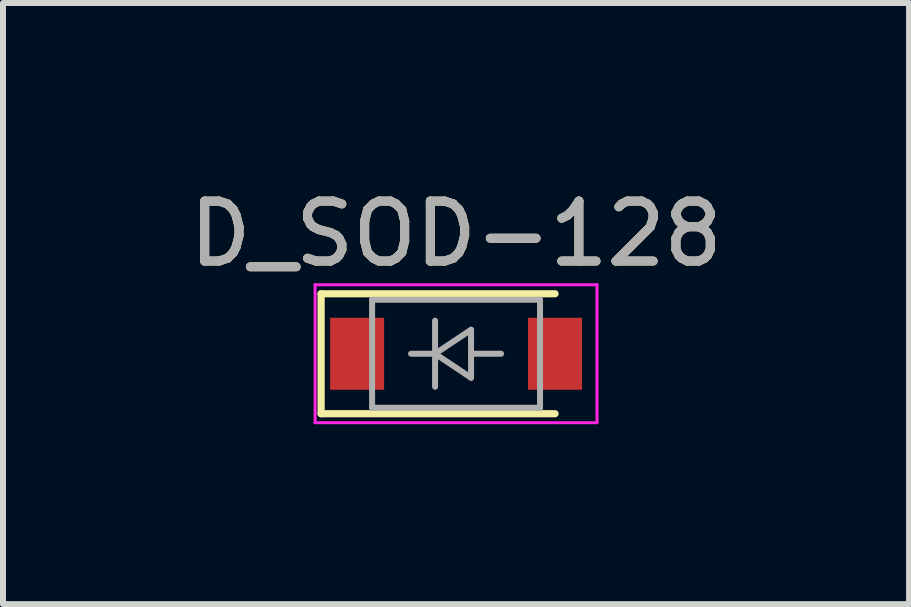
<source format=kicad_pcb>
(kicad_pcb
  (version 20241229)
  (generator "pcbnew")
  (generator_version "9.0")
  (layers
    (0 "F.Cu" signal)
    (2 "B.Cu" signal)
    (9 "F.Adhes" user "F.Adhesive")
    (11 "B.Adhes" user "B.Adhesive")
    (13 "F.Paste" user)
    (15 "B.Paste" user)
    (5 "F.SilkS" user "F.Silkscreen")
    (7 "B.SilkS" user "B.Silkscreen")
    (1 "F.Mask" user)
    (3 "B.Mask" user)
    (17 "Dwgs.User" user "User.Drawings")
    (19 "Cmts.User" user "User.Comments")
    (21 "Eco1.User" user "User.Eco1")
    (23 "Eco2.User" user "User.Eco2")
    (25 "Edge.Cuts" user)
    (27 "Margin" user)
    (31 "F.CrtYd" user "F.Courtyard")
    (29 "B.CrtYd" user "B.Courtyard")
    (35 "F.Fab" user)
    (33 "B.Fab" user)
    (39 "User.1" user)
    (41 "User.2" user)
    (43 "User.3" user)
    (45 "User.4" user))
  (footprint "D_SOD-128"
    (layer "F.Cu")
    (at 4.554 2.848)
    (property "Reference" "D_SOD-128" (at 0 -2 0) (layer "F.SilkS") (effects (font (size 1 1) (thickness 0.15))))
    (attr smd)
    (fp_line (start -2.25 -1) (end -2.25 1) (stroke (width 0.12) (type solid)) (layer "F.SilkS"))
    (fp_line (start -2.25 -1) (end 1.65 -1) (stroke (width 0.12) (type solid)) (layer "F.SilkS"))
    (fp_line (start -2.25 1) (end 1.65 1) (stroke (width 0.12) (type solid)) (layer "F.SilkS"))
    (fp_line (start -2.35 -1.15) (end -2.35 1.15) (stroke (width 0.05) (type solid)) (layer "F.CrtYd"))
    (fp_line (start -2.35 -1.15) (end 2.35 -1.15) (stroke (width 0.05) (type solid)) (layer "F.CrtYd"))
    (fp_line (start 2.35 -1.15) (end 2.35 1.15) (stroke (width 0.05) (type solid)) (layer "F.CrtYd"))
    (fp_line (start 2.35 1.15) (end -2.35 1.15) (stroke (width 0.05) (type solid)) (layer "F.CrtYd"))
    (fp_line (start -1.4 -0.9) (end 1.4 -0.9) (stroke (width 0.1) (type solid)) (layer "F.Fab"))
    (fp_line (start -1.4 0.9) (end -1.4 -0.9) (stroke (width 0.1) (type solid)) (layer "F.Fab"))
    (fp_line (start -0.75 0) (end -0.35 0) (stroke (width 0.1) (type solid)) (layer "F.Fab"))
    (fp_line (start -0.35 0) (end -0.35 -0.55) (stroke (width 0.1) (type solid)) (layer "F.Fab"))
    (fp_line (start -0.35 0) (end -0.35 0.55) (stroke (width 0.1) (type solid)) (layer "F.Fab"))
    (fp_line (start -0.35 0) (end 0.25 -0.4) (stroke (width 0.1) (type solid)) (layer "F.Fab"))
    (fp_line (start 0.25 -0.4) (end 0.25 0.4) (stroke (width 0.1) (type solid)) (layer "F.Fab"))
    (fp_line (start 0.25 0) (end 0.75 0) (stroke (width 0.1) (type solid)) (layer "F.Fab"))
    (fp_line (start 0.25 0.4) (end -0.35 0) (stroke (width 0.1) (type solid)) (layer "F.Fab"))
    (fp_line (start 1.4 -0.9) (end 1.4 0.9) (stroke (width 0.1) (type solid)) (layer "F.Fab"))
    (fp_line (start 1.4 0.9) (end -1.4 0.9) (stroke (width 0.1) (type solid)) (layer "F.Fab"))
    (fp_text user "${REFERENCE}" (at 0 -2 0) (layer "F.Fab") (effects (font (size 1 1) (thickness 0.15))))
    (pad "1" smd rect (at -1.65 0) (size 0.9 1.2) (layers "F.Cu" "F.Mask" "F.Paste"))
    (pad "2" smd rect (at 1.65 0) (size 0.9 1.2) (layers "F.Cu" "F.Mask" "F.Paste")))
  (gr_rect
    (start -3 -3)
    (end 12.107 7.023)
    (stroke (width 0.1) (type default))
    (fill no)
    (layer "Edge.Cuts")))
</source>
